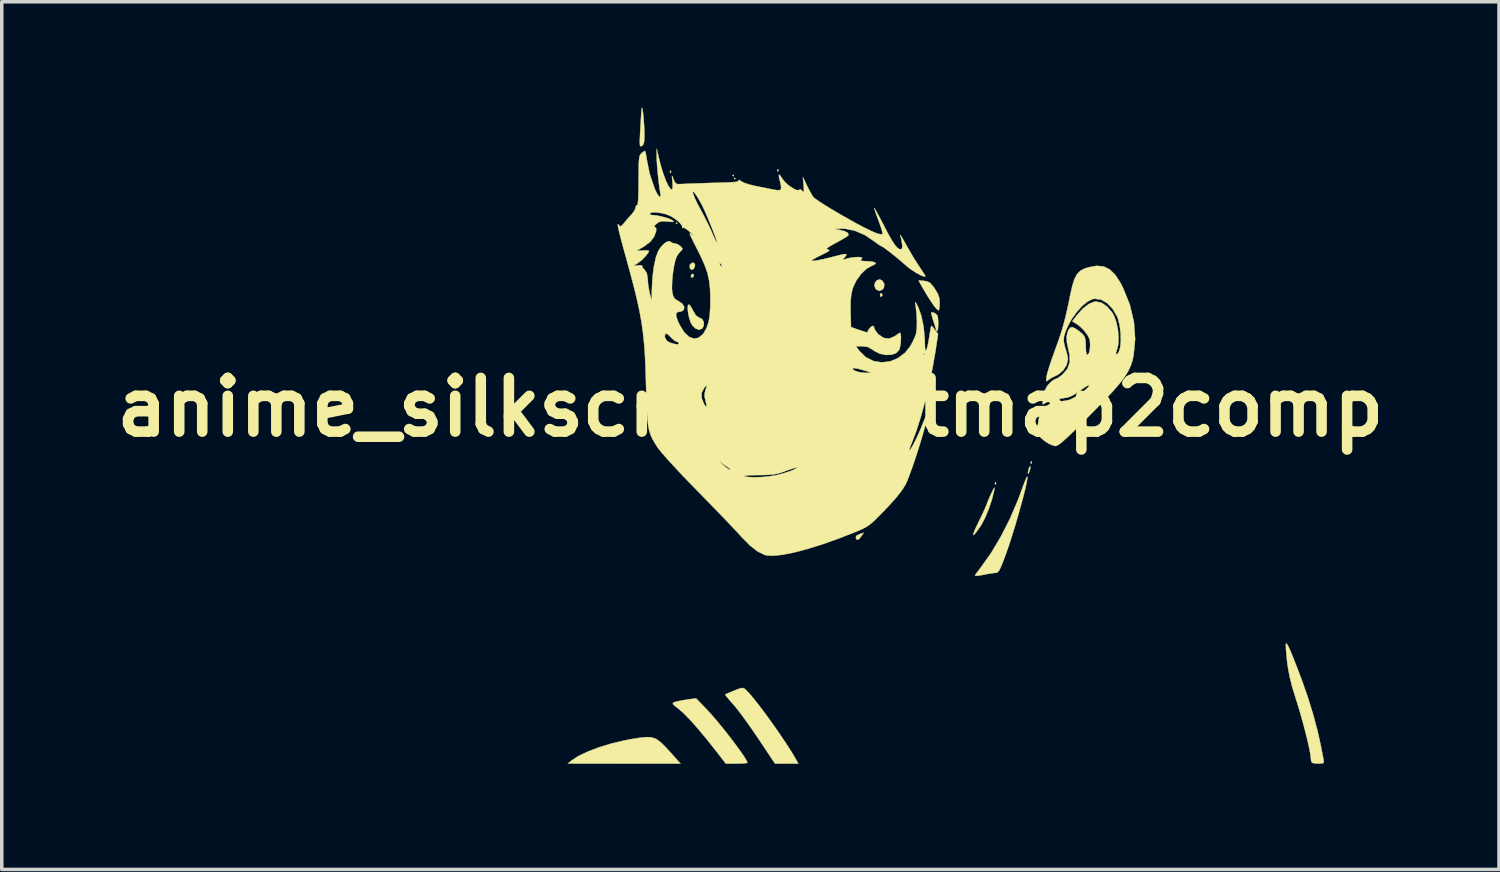
<source format=kicad_pcb>
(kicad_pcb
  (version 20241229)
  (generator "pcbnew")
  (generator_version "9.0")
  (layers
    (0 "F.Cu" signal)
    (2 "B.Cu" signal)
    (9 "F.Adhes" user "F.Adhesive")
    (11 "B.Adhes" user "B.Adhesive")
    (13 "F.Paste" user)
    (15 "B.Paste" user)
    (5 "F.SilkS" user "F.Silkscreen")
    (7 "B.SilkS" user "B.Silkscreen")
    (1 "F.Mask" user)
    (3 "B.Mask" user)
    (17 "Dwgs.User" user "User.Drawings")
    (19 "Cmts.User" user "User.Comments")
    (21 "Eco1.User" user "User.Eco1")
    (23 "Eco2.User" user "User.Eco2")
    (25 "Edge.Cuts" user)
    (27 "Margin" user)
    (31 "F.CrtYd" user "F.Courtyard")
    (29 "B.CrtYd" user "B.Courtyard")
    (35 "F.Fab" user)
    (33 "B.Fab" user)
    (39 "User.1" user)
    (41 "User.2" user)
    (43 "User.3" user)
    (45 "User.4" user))
  (footprint "anime_silkscreen_bitmap2comp"
    (layer "F.Cu")
    (at 18.259 8.517)
    (property "Reference" "anime_silkscreen_bitmap2comp" (at 0 0 0) (layer "F.SilkS") (effects (font (size 1.524 1.524) (thickness 0.3))))
    (attr through_hole)
    (fp_poly (pts (xy -2.074 -5.228) (xy -2.095 -5.207) (xy -2.117 -5.228) (xy -2.095 -5.249) (xy -2.074 -5.228)) (stroke (width 0.01) (type solid)) (fill yes) (layer "F.SilkS"))
    (fp_poly (pts (xy -0.466 -6.583) (xy -0.487 -6.562) (xy -0.508 -6.583) (xy -0.487 -6.604) (xy -0.466 -6.583)) (stroke (width 0.01) (type solid)) (fill yes) (layer "F.SilkS"))
    (fp_poly (pts (xy -0.423 -6.498) (xy -0.445 -6.477) (xy -0.466 -6.498) (xy -0.445 -6.519) (xy -0.423 -6.498)) (stroke (width 0.01) (type solid)) (fill yes) (layer "F.SilkS"))
    (fp_poly (pts (xy 5.08 0.106) (xy 5.059 0.127) (xy 5.038 0.106) (xy 5.059 0.085) (xy 5.08 0.106)) (stroke (width 0.01) (type solid)) (fill yes) (layer "F.SilkS"))
    (fp_poly (pts (xy -2.258 -6.717) (xy -2.253 -6.667) (xy -2.258 -6.66) (xy -2.283 -6.666) (xy -2.286 -6.689) (xy -2.271 -6.724) (xy -2.258 -6.717)) (stroke (width 0.01) (type solid)) (fill yes) (layer "F.SilkS"))
    (fp_poly (pts (xy 0.79 -6.759) (xy 0.795 -6.709) (xy 0.79 -6.703) (xy 0.765 -6.709) (xy 0.762 -6.731) (xy 0.777 -6.766) (xy 0.79 -6.759)) (stroke (width 0.01) (type solid)) (fill yes) (layer "F.SilkS"))
    (fp_poly (pts (xy 6.971 2.131) (xy 6.976 2.181) (xy 6.971 2.187) (xy 6.946 2.181) (xy 6.943 2.159) (xy 6.958 2.124) (xy 6.971 2.131)) (stroke (width 0.01) (type solid)) (fill yes) (layer "F.SilkS"))
    (fp_poly (pts (xy 7.987 1.538) (xy 7.992 1.588) (xy 7.987 1.595) (xy 7.962 1.589) (xy 7.959 1.566) (xy 7.974 1.531) (xy 7.987 1.538)) (stroke (width 0.01) (type solid)) (fill yes) (layer "F.SilkS"))
    (fp_poly (pts (xy 3.148 3.664) (xy 3.076 3.751) (xy 3.023 3.757) (xy 2.992 3.707) (xy 3.009 3.648) (xy 3.092 3.604) (xy 3.216 3.561) (xy 3.148 3.664)) (stroke (width 0.01) (type solid)) (fill yes) (layer "F.SilkS"))
    (fp_poly (pts (xy 3.726 -3.238) (xy 3.75 -3.187) (xy 3.745 -3.172) (xy 3.704 -3.135) (xy 3.684 -3.177) (xy 3.683 -3.199) (xy 3.704 -3.242) (xy 3.726 -3.238)) (stroke (width 0.01) (type solid)) (fill yes) (layer "F.SilkS"))
    (fp_poly (pts (xy -1.615 -3.779) (xy -1.609 -3.749) (xy -1.631 -3.691) (xy -1.651 -3.683) (xy -1.692 -3.713) (xy -1.693 -3.723) (xy -1.663 -3.78) (xy -1.651 -3.789) (xy -1.615 -3.779)) (stroke (width 0.01) (type solid)) (fill yes) (layer "F.SilkS"))
    (fp_poly (pts (xy 7.953 1.693) (xy 7.936 1.784) (xy 7.916 1.841) (xy 7.888 1.888) (xy 7.88 1.863) (xy 7.896 1.772) (xy 7.916 1.714) (xy 7.944 1.668) (xy 7.953 1.693)) (stroke (width 0.01) (type solid)) (fill yes) (layer "F.SilkS"))
    (fp_poly (pts (xy -1.576 -4.073) (xy -1.574 -4.014) (xy -1.608 -3.932) (xy -1.663 -3.903) (xy -1.712 -3.939) (xy -1.718 -3.953) (xy -1.721 -4.046) (xy -1.662 -4.101) (xy -1.624 -4.106) (xy -1.576 -4.073)) (stroke (width 0.01) (type solid)) (fill yes) (layer "F.SilkS"))
    (fp_poly (pts (xy 3.743 -3.601) (xy 3.803 -3.506) (xy 3.792 -3.399) (xy 3.759 -3.353) (xy 3.668 -3.305) (xy 3.579 -3.341) (xy 3.558 -3.363) (xy 3.521 -3.455) (xy 3.54 -3.544) (xy 3.597 -3.61) (xy 3.676 -3.631) (xy 3.743 -3.601)) (stroke (width 0.01) (type solid)) (fill yes) (layer "F.SilkS"))
    (fp_poly (pts (xy 5.186 -2.695) (xy 5.246 -2.669) (xy 5.299 -2.625) (xy 5.325 -2.552) (xy 5.334 -2.423) (xy 5.334 -2.39) (xy 5.329 -2.244) (xy 5.314 -2.168) (xy 5.291 -2.167) (xy 5.273 -2.212) (xy 5.251 -2.281) (xy 5.214 -2.398) (xy 5.19 -2.473) (xy 5.155 -2.594) (xy 5.138 -2.677) (xy 5.14 -2.699) (xy 5.186 -2.695)) (stroke (width 0.01) (type solid)) (fill yes) (layer "F.SilkS"))
    (fp_poly (pts (xy -2.797 9.374) (xy -2.671 9.42) (xy -2.548 9.509) (xy -2.407 9.648) (xy -2.245 9.826) (xy -1.984 10.118) (xy -3.585 10.117) (xy -5.186 10.116) (xy -5.08 10.031) (xy -4.885 9.903) (xy -4.621 9.777) (xy -4.307 9.657) (xy -3.958 9.55) (xy -3.592 9.462) (xy -3.39 9.423) (xy -3.136 9.383) (xy -2.945 9.364) (xy -2.797 9.374)) (stroke (width 0.01) (type solid)) (fill yes) (layer "F.SilkS"))
    (fp_poly (pts (xy 4.934 -3.591) (xy 5.034 -3.572) (xy 5.112 -3.525) (xy 5.193 -3.431) (xy 5.235 -3.371) (xy 5.324 -3.223) (xy 5.367 -3.092) (xy 5.376 -2.959) (xy 5.37 -2.839) (xy 5.353 -2.765) (xy 5.341 -2.752) (xy 5.299 -2.783) (xy 5.229 -2.865) (xy 5.179 -2.932) (xy 5.087 -3.07) (xy 4.982 -3.24) (xy 4.913 -3.358) (xy 4.774 -3.604) (xy 4.934 -3.591)) (stroke (width 0.01) (type solid)) (fill yes) (layer "F.SilkS"))
    (fp_poly (pts (xy -1.708 -2.886) (xy -1.654 -2.797) (xy -1.626 -2.741) (xy -1.543 -2.604) (xy -1.454 -2.548) (xy -1.452 -2.548) (xy -1.366 -2.503) (xy -1.323 -2.418) (xy -1.324 -2.321) (xy -1.366 -2.239) (xy -1.451 -2.202) (xy -1.46 -2.201) (xy -1.567 -2.242) (xy -1.656 -2.335) (xy -1.704 -2.431) (xy -1.743 -2.559) (xy -1.77 -2.695) (xy -1.781 -2.816) (xy -1.772 -2.899) (xy -1.748 -2.921) (xy -1.708 -2.886)) (stroke (width 0.01) (type solid)) (fill yes) (layer "F.SilkS"))
    (fp_poly (pts (xy -3.065 -8.467) (xy -3.05 -8.369) (xy -3.036 -8.234) (xy -3.023 -8.077) (xy -3.013 -7.914) (xy -3.01 -7.789) (xy -3.011 -7.618) (xy -3.023 -7.511) (xy -3.05 -7.451) (xy -3.08 -7.425) (xy -3.111 -7.41) (xy -3.13 -7.422) (xy -3.14 -7.472) (xy -3.141 -7.574) (xy -3.134 -7.738) (xy -3.126 -7.891) (xy -3.114 -8.098) (xy -3.103 -8.28) (xy -3.094 -8.417) (xy -3.088 -8.488) (xy -3.079 -8.512) (xy -3.065 -8.467)) (stroke (width 0.01) (type solid)) (fill yes) (layer "F.SilkS"))
    (fp_poly (pts (xy 6.931 2.305) (xy 6.92 2.371) (xy 6.861 2.61) (xy 6.776 2.868) (xy 6.675 3.114) (xy 6.571 3.317) (xy 6.535 3.374) (xy 6.423 3.532) (xy 6.353 3.616) (xy 6.325 3.627) (xy 6.339 3.566) (xy 6.396 3.432) (xy 6.471 3.276) (xy 6.558 3.095) (xy 6.634 2.933) (xy 6.688 2.81) (xy 6.709 2.756) (xy 6.745 2.661) (xy 6.803 2.526) (xy 6.844 2.439) (xy 6.901 2.324) (xy 6.928 2.281) (xy 6.931 2.305)) (stroke (width 0.01) (type solid)) (fill yes) (layer "F.SilkS"))
    (fp_poly (pts (xy -0.187 7.977) (xy -0.137 8.013) (xy -0.13 8.02) (xy -0.029 8.125) (xy 0.108 8.289) (xy 0.271 8.497) (xy 0.451 8.737) (xy 0.638 8.996) (xy 0.822 9.259) (xy 0.994 9.514) (xy 1.145 9.747) (xy 1.247 9.917) (xy 1.363 10.118) (xy 0.699 10.117) (xy 0.226 9.408) (xy 0.064 9.17) (xy -0.101 8.936) (xy -0.257 8.723) (xy -0.391 8.549) (xy -0.488 8.433) (xy -0.596 8.311) (xy -0.675 8.216) (xy -0.713 8.161) (xy -0.714 8.154) (xy -0.67 8.133) (xy -0.57 8.09) (xy -0.456 8.043) (xy -0.321 7.99) (xy -0.24 7.968) (xy -0.187 7.977)) (stroke (width 0.01) (type solid)) (fill yes) (layer "F.SilkS"))
    (fp_poly (pts (xy -1.265 8.551) (xy -1.13 8.697) (xy -0.975 8.876) (xy -0.809 9.077) (xy -0.641 9.287) (xy -0.481 9.496) (xy -0.336 9.69) (xy -0.216 9.86) (xy -0.131 9.992) (xy -0.088 10.076) (xy -0.085 10.091) (xy -0.123 10.104) (xy -0.226 10.113) (xy -0.371 10.117) (xy -0.392 10.117) (xy -0.699 10.117) (xy -0.947 9.795) (xy -1.228 9.44) (xy -1.483 9.133) (xy -1.707 8.88) (xy -1.896 8.687) (xy -2.032 8.569) (xy -2.145 8.48) (xy -2.198 8.427) (xy -2.2 8.396) (xy -2.159 8.374) (xy -2.151 8.371) (xy -2.059 8.346) (xy -1.918 8.318) (xy -1.801 8.3) (xy -1.545 8.263) (xy -1.265 8.551)) (stroke (width 0.01) (type solid)) (fill yes) (layer "F.SilkS"))
    (fp_poly (pts (xy 7.865 2.017) (xy 7.844 2.138) (xy 7.805 2.316) (xy 7.749 2.538) (xy 7.681 2.792) (xy 7.604 3.066) (xy 7.522 3.348) (xy 7.436 3.627) (xy 7.352 3.889) (xy 7.272 4.122) (xy 7.251 4.18) (xy 7.17 4.396) (xy 7.109 4.544) (xy 7.062 4.635) (xy 7.021 4.683) (xy 6.98 4.699) (xy 6.97 4.7) (xy 6.881 4.709) (xy 6.743 4.731) (xy 6.617 4.756) (xy 6.462 4.783) (xy 6.387 4.782) (xy 6.381 4.765) (xy 6.421 4.708) (xy 6.494 4.611) (xy 6.541 4.551) (xy 6.835 4.136) (xy 7.118 3.66) (xy 7.379 3.145) (xy 7.606 2.612) (xy 7.684 2.401) (xy 7.748 2.223) (xy 7.804 2.081) (xy 7.844 1.99) (xy 7.863 1.964) (xy 7.865 2.017)) (stroke (width 0.01) (type solid)) (fill yes) (layer "F.SilkS"))
    (fp_poly (pts (xy 15.233 6.716) (xy 15.274 6.785) (xy 15.334 6.914) (xy 15.415 7.11) (xy 15.52 7.377) (xy 15.649 7.719) (xy 15.66 7.747) (xy 15.827 8.224) (xy 15.98 8.717) (xy 16.108 9.197) (xy 16.205 9.635) (xy 16.212 9.673) (xy 16.241 9.827) (xy 16.267 9.959) (xy 16.28 10.022) (xy 16.284 10.084) (xy 16.246 10.111) (xy 16.147 10.118) (xy 16.137 10.118) (xy 16.025 10.111) (xy 15.953 10.094) (xy 15.946 10.089) (xy 15.922 10.028) (xy 15.917 9.978) (xy 15.905 9.867) (xy 15.872 9.691) (xy 15.822 9.466) (xy 15.758 9.208) (xy 15.685 8.933) (xy 15.607 8.656) (xy 15.527 8.395) (xy 15.496 8.297) (xy 15.388 7.948) (xy 15.312 7.645) (xy 15.26 7.36) (xy 15.24 7.206) (xy 15.221 7.014) (xy 15.208 6.855) (xy 15.205 6.746) (xy 15.21 6.705) (xy 15.233 6.716)) (stroke (width 0.01) (type solid)) (fill yes) (layer "F.SilkS"))
    (fp_poly (pts (xy 10.032 -4) (xy 10.206 -3.916) (xy 10.364 -3.76) (xy 10.514 -3.527) (xy 10.578 -3.403) (xy 10.774 -2.918) (xy 10.891 -2.428) (xy 10.926 -1.939) (xy 10.883 -1.481) (xy 10.847 -1.32) (xy 10.796 -1.169) (xy 10.724 -1.018) (xy 10.624 -0.858) (xy 10.489 -0.68) (xy 10.314 -0.476) (xy 10.09 -0.236) (xy 9.812 0.05) (xy 9.718 0.145) (xy 9.445 0.42) (xy 9.223 0.639) (xy 9.048 0.807) (xy 8.913 0.932) (xy 8.811 1.018) (xy 8.737 1.07) (xy 8.684 1.095) (xy 8.657 1.099) (xy 8.592 1.082) (xy 8.492 1.042) (xy 8.488 1.041) (xy 8.372 0.97) (xy 8.257 0.873) (xy 8.244 0.859) (xy 8.127 0.735) (xy 8.178 0.403) (xy 8.206 0.237) (xy 8.234 0.13) (xy 8.274 0.061) (xy 8.34 0.004) (xy 8.42 -0.049) (xy 8.595 -0.135) (xy 8.753 -0.169) (xy 8.761 -0.169) (xy 8.913 -0.182) (xy 9.054 -0.21) (xy 9.144 -0.249) (xy 9.259 -0.316) (xy 9.382 -0.398) (xy 9.495 -0.483) (xy 9.58 -0.557) (xy 9.622 -0.61) (xy 9.617 -0.626) (xy 9.563 -0.609) (xy 9.466 -0.55) (xy 9.356 -0.47) (xy 9.217 -0.375) (xy 9.08 -0.304) (xy 8.994 -0.277) (xy 8.845 -0.253) (xy 8.691 -0.229) (xy 8.69 -0.229) (xy 8.547 -0.195) (xy 8.418 -0.145) (xy 8.413 -0.143) (xy 8.294 -0.081) (xy 8.322 -0.305) (xy 8.36 -0.481) (xy 8.435 -0.615) (xy 8.48 -0.667) (xy 8.571 -0.751) (xy 8.645 -0.799) (xy 8.664 -0.804) (xy 8.726 -0.83) (xy 8.82 -0.897) (xy 8.867 -0.935) (xy 9.004 -1.096) (xy 9.068 -1.28) (xy 9.062 -1.498) (xy 9.038 -1.609) (xy 8.989 -1.831) (xy 8.979 -2) (xy 9.007 -2.138) (xy 9.024 -2.178) (xy 9.074 -2.259) (xy 9.137 -2.279) (xy 9.229 -2.238) (xy 9.313 -2.18) (xy 9.424 -2.092) (xy 9.487 -2.012) (xy 9.516 -1.912) (xy 9.524 -1.764) (xy 9.524 -1.722) (xy 9.531 -1.575) (xy 9.549 -1.502) (xy 9.578 -1.492) (xy 9.615 -1.543) (xy 9.64 -1.649) (xy 9.649 -1.779) (xy 9.639 -1.905) (xy 9.634 -1.929) (xy 9.576 -2.05) (xy 9.471 -2.187) (xy 9.343 -2.311) (xy 9.26 -2.371) (xy 9.14 -2.444) (xy 9.282 -2.629) (xy 9.443 -2.808) (xy 9.61 -2.935) (xy 9.767 -3) (xy 9.821 -3.006) (xy 9.978 -2.967) (xy 10.133 -2.859) (xy 10.271 -2.697) (xy 10.325 -2.603) (xy 10.393 -2.418) (xy 10.438 -2.198) (xy 10.456 -1.972) (xy 10.444 -1.77) (xy 10.413 -1.649) (xy 10.382 -1.547) (xy 10.387 -1.498) (xy 10.422 -1.514) (xy 10.462 -1.573) (xy 10.502 -1.704) (xy 10.519 -1.889) (xy 10.514 -2.102) (xy 10.488 -2.316) (xy 10.442 -2.505) (xy 10.417 -2.572) (xy 10.29 -2.792) (xy 10.134 -2.956) (xy 9.961 -3.056) (xy 9.781 -3.083) (xy 9.712 -3.072) (xy 9.577 -3.006) (xy 9.425 -2.88) (xy 9.27 -2.711) (xy 9.13 -2.516) (xy 9.036 -2.348) (xy 8.949 -2.153) (xy 8.904 -2.003) (xy 8.898 -1.872) (xy 8.927 -1.731) (xy 8.954 -1.651) (xy 8.993 -1.513) (xy 9.015 -1.388) (xy 9.017 -1.36) (xy 8.979 -1.2) (xy 8.88 -1.047) (xy 8.741 -0.93) (xy 8.688 -0.903) (xy 8.566 -0.845) (xy 8.47 -0.784) (xy 8.458 -0.774) (xy 8.413 -0.74) (xy 8.398 -0.759) (xy 8.405 -0.844) (xy 8.409 -0.874) (xy 8.433 -0.974) (xy 8.481 -1.133) (xy 8.546 -1.331) (xy 8.622 -1.546) (xy 8.637 -1.587) (xy 8.738 -1.867) (xy 8.82 -2.108) (xy 8.888 -2.335) (xy 8.949 -2.572) (xy 9.011 -2.843) (xy 9.079 -3.172) (xy 9.082 -3.186) (xy 9.141 -3.451) (xy 9.203 -3.646) (xy 9.277 -3.784) (xy 9.37 -3.878) (xy 9.492 -3.943) (xy 9.597 -3.976) (xy 9.832 -4.019) (xy 10.032 -4)) (stroke (width 0.01) (type solid)) (fill yes) (layer "F.SilkS"))
    (fp_poly (pts (xy -2.607 -7.112) (xy -2.544 -6.862) (xy -2.473 -6.632) (xy -2.399 -6.436) (xy -2.328 -6.288) (xy -2.264 -6.199) (xy -2.229 -6.181) (xy -2.21 -6.219) (xy -2.207 -6.318) (xy -2.213 -6.403) (xy -2.226 -6.529) (xy -2.226 -6.577) (xy -2.212 -6.555) (xy -2.183 -6.477) (xy -2.137 -6.378) (xy -2.079 -6.34) (xy -2.006 -6.339) (xy -1.924 -6.343) (xy -1.774 -6.35) (xy -1.573 -6.357) (xy -1.339 -6.365) (xy -1.164 -6.371) (xy -0.881 -6.379) (xy -0.671 -6.386) (xy -0.524 -6.393) (xy -0.428 -6.4) (xy -0.373 -6.408) (xy -0.347 -6.419) (xy -0.339 -6.433) (xy -0.339 -6.448) (xy -0.313 -6.456) (xy -0.261 -6.419) (xy -0.183 -6.378) (xy -0.048 -6.332) (xy 0.118 -6.291) (xy 0.152 -6.284) (xy 0.337 -6.247) (xy 0.514 -6.212) (xy 0.646 -6.184) (xy 0.656 -6.181) (xy 0.771 -6.165) (xy 0.849 -6.172) (xy 0.861 -6.178) (xy 0.873 -6.237) (xy 0.859 -6.342) (xy 0.85 -6.377) (xy 0.814 -6.526) (xy 0.809 -6.601) (xy 0.834 -6.599) (xy 0.89 -6.52) (xy 0.9 -6.501) (xy 0.973 -6.407) (xy 1.074 -6.313) (xy 1.186 -6.233) (xy 1.288 -6.178) (xy 1.363 -6.162) (xy 1.39 -6.181) (xy 1.423 -6.191) (xy 1.468 -6.151) (xy 1.502 -6.116) (xy 1.518 -6.13) (xy 1.518 -6.207) (xy 1.51 -6.308) (xy 1.49 -6.54) (xy 1.602 -6.306) (xy 1.675 -6.162) (xy 1.745 -6.036) (xy 1.784 -5.975) (xy 1.84 -5.926) (xy 1.959 -5.843) (xy 2.127 -5.735) (xy 2.333 -5.609) (xy 2.564 -5.473) (xy 2.629 -5.436) (xy 2.97 -5.245) (xy 3.245 -5.098) (xy 3.458 -4.995) (xy 3.611 -4.933) (xy 3.708 -4.911) (xy 3.751 -4.922) (xy 3.748 -4.97) (xy 3.719 -5.077) (xy 3.669 -5.223) (xy 3.645 -5.287) (xy 3.586 -5.445) (xy 3.541 -5.573) (xy 3.517 -5.649) (xy 3.515 -5.661) (xy 3.534 -5.638) (xy 3.584 -5.552) (xy 3.658 -5.415) (xy 3.75 -5.24) (xy 3.782 -5.177) (xy 3.917 -4.921) (xy 4.023 -4.733) (xy 4.108 -4.605) (xy 4.176 -4.527) (xy 4.235 -4.492) (xy 4.267 -4.487) (xy 4.306 -4.508) (xy 4.314 -4.581) (xy 4.307 -4.646) (xy 4.284 -4.776) (xy 4.258 -4.881) (xy 4.255 -4.889) (xy 4.261 -4.893) (xy 4.299 -4.833) (xy 4.364 -4.721) (xy 4.414 -4.632) (xy 4.523 -4.44) (xy 4.642 -4.239) (xy 4.749 -4.069) (xy 4.769 -4.039) (xy 4.856 -3.907) (xy 4.926 -3.8) (xy 4.965 -3.74) (xy 4.966 -3.739) (xy 4.964 -3.711) (xy 4.909 -3.721) (xy 4.816 -3.761) (xy 4.701 -3.824) (xy 4.581 -3.901) (xy 4.471 -3.983) (xy 4.451 -4) (xy 4.288 -4.142) (xy 4.123 -4.279) (xy 3.97 -4.402) (xy 3.844 -4.498) (xy 3.757 -4.558) (xy 3.727 -4.572) (xy 3.678 -4.597) (xy 3.589 -4.659) (xy 3.53 -4.705) (xy 3.252 -4.891) (xy 2.965 -5.016) (xy 2.687 -5.072) (xy 2.603 -5.075) (xy 2.467 -5.071) (xy 2.41 -5.067) (xy 2.426 -5.058) (xy 2.51 -5.043) (xy 2.53 -5.04) (xy 2.677 -5.003) (xy 2.767 -4.953) (xy 2.788 -4.898) (xy 2.771 -4.872) (xy 2.717 -4.835) (xy 2.608 -4.77) (xy 2.466 -4.69) (xy 2.417 -4.664) (xy 2.268 -4.581) (xy 2.188 -4.528) (xy 2.166 -4.497) (xy 2.197 -4.481) (xy 2.206 -4.48) (xy 2.245 -4.466) (xy 2.229 -4.439) (xy 2.15 -4.392) (xy 2.021 -4.328) (xy 1.884 -4.259) (xy 1.783 -4.203) (xy 1.737 -4.17) (xy 1.736 -4.168) (xy 1.774 -4.158) (xy 1.884 -4.171) (xy 2.054 -4.204) (xy 2.273 -4.257) (xy 2.361 -4.279) (xy 2.549 -4.327) (xy 2.667 -4.352) (xy 2.723 -4.351) (xy 2.728 -4.327) (xy 2.691 -4.277) (xy 2.684 -4.268) (xy 2.631 -4.205) (xy 2.634 -4.19) (xy 2.688 -4.208) (xy 2.802 -4.239) (xy 2.933 -4.26) (xy 3.057 -4.268) (xy 3.145 -4.262) (xy 3.175 -4.243) (xy 3.142 -4.188) (xy 3.122 -4.177) (xy 3.129 -4.164) (xy 3.203 -4.155) (xy 3.281 -4.151) (xy 3.446 -4.14) (xy 3.541 -4.116) (xy 3.562 -4.082) (xy 3.504 -4.042) (xy 3.456 -4.024) (xy 3.3 -3.936) (xy 3.145 -3.789) (xy 3.01 -3.603) (xy 2.913 -3.401) (xy 2.904 -3.374) (xy 2.866 -3.209) (xy 2.846 -3.013) (xy 2.844 -2.76) (xy 2.845 -2.714) (xy 2.857 -2.279) (xy 3.087 -2.198) (xy 3.211 -2.157) (xy 3.296 -2.131) (xy 3.32 -2.128) (xy 3.364 -2.22) (xy 3.423 -2.287) (xy 3.478 -2.314) (xy 3.511 -2.289) (xy 3.514 -2.265) (xy 3.542 -2.192) (xy 3.612 -2.098) (xy 3.637 -2.071) (xy 3.786 -1.971) (xy 3.942 -1.952) (xy 4.097 -2.017) (xy 4.118 -2.032) (xy 4.199 -2.091) (xy 4.249 -2.117) (xy 4.251 -2.117) (xy 4.27 -2.08) (xy 4.276 -1.986) (xy 4.271 -1.865) (xy 4.256 -1.742) (xy 4.232 -1.645) (xy 4.227 -1.633) (xy 4.143 -1.541) (xy 4.007 -1.493) (xy 3.842 -1.487) (xy 3.67 -1.524) (xy 3.512 -1.605) (xy 3.477 -1.632) (xy 3.335 -1.714) (xy 3.174 -1.736) (xy 2.995 -1.736) (xy 3.099 -1.598) (xy 3.279 -1.423) (xy 3.492 -1.316) (xy 3.724 -1.277) (xy 3.961 -1.304) (xy 4.189 -1.396) (xy 4.329 -1.503) (xy 4.911 -1.503) (xy 4.932 -1.482) (xy 4.953 -1.503) (xy 4.932 -1.524) (xy 4.911 -1.503) (xy 4.329 -1.503) (xy 4.393 -1.551) (xy 4.533 -1.727) (xy 4.616 -1.876) (xy 4.683 -2.03) (xy 4.705 -2.095) (xy 4.725 -2.234) (xy 4.729 -2.428) (xy 4.719 -2.646) (xy 4.696 -2.86) (xy 4.678 -2.963) (xy 4.682 -2.987) (xy 4.714 -2.944) (xy 4.76 -2.857) (xy 4.853 -2.606) (xy 4.918 -2.295) (xy 4.951 -1.949) (xy 4.954 -1.82) (xy 4.96 -1.674) (xy 4.975 -1.609) (xy 4.998 -1.624) (xy 5.027 -1.718) (xy 5.061 -1.887) (xy 5.077 -1.988) (xy 5.102 -2.141) (xy 5.123 -2.256) (xy 5.136 -2.313) (xy 5.138 -2.315) (xy 5.168 -2.293) (xy 5.226 -2.223) (xy 5.24 -2.205) (xy 5.33 -2.083) (xy 5.25 -1.559) (xy 5.169 -1.095) (xy 5.071 -0.62) (xy 4.958 -0.155) (xy 4.837 0.282) (xy 4.713 0.67) (xy 4.612 0.938) (xy 4.556 1.077) (xy 4.52 1.179) (xy 4.508 1.227) (xy 4.509 1.228) (xy 4.546 1.191) (xy 4.606 1.093) (xy 4.68 0.95) (xy 4.762 0.779) (xy 4.841 0.597) (xy 4.872 0.518) (xy 4.934 0.365) (xy 4.986 0.25) (xy 5.019 0.19) (xy 5.025 0.185) (xy 5.027 0.239) (xy 5.005 0.358) (xy 4.963 0.531) (xy 4.904 0.744) (xy 4.833 0.983) (xy 4.754 1.235) (xy 4.672 1.488) (xy 4.59 1.727) (xy 4.512 1.939) (xy 4.443 2.111) (xy 4.401 2.201) (xy 4.308 2.349) (xy 4.159 2.541) (xy 3.96 2.766) (xy 3.825 2.909) (xy 3.648 3.091) (xy 3.513 3.223) (xy 3.403 3.319) (xy 3.302 3.39) (xy 3.191 3.45) (xy 3.055 3.51) (xy 2.948 3.554) (xy 2.471 3.739) (xy 2.023 3.897) (xy 1.61 4.025) (xy 1.241 4.122) (xy 0.922 4.185) (xy 0.662 4.214) (xy 0.466 4.206) (xy 0.408 4.192) (xy 0.205 4.093) (xy -0.018 3.919) (xy -0.264 3.668) (xy -0.279 3.65) (xy -0.371 3.549) (xy -0.513 3.398) (xy -0.696 3.206) (xy -0.909 2.984) (xy -1.144 2.742) (xy -1.391 2.489) (xy -1.507 2.371) (xy -1.752 2.12) (xy -1.909 1.955) (xy -0.178 1.955) (xy -0.058 1.979) (xy 0.121 1.987) (xy 0.334 1.979) (xy 0.556 1.956) (xy 0.763 1.92) (xy 0.817 1.907) (xy 0.99 1.858) (xy 1.144 1.806) (xy 1.25 1.761) (xy 1.258 1.756) (xy 1.319 1.716) (xy 1.302 1.709) (xy 1.207 1.736) (xy 1.035 1.796) (xy 0.953 1.827) (xy 0.812 1.873) (xy 0.67 1.902) (xy 0.499 1.918) (xy 0.274 1.924) (xy 0.224 1.924) (xy 0.044 1.927) (xy -0.092 1.934) (xy -0.17 1.944) (xy -0.178 1.955) (xy -1.909 1.955) (xy -1.984 1.876) (xy -2.194 1.65) (xy -2.307 1.526) (xy -0.881 1.526) (xy -0.856 1.555) (xy -0.791 1.619) (xy -0.69 1.708) (xy -0.609 1.765) (xy -0.578 1.778) (xy -0.575 1.759) (xy -0.63 1.712) (xy -0.636 1.708) (xy -0.749 1.628) (xy -0.849 1.549) (xy -0.881 1.526) (xy -2.307 1.526) (xy -2.375 1.451) (xy -2.518 1.288) (xy -2.614 1.17) (xy -2.642 1.13) (xy -2.722 1.003) (xy -2.786 0.89) (xy -2.836 0.78) (xy -2.874 0.66) (xy -2.902 0.521) (xy -2.922 0.348) (xy -2.937 0.132) (xy -2.949 -0.141) (xy -2.957 -0.415) (xy -1.385 -0.415) (xy -1.381 -0.252) (xy -1.33 -0.121) (xy -1.275 -0.03) (xy -1.248 -0.017) (xy -1.249 -0.08) (xy -1.275 -0.188) (xy -1.301 -0.304) (xy -1.299 -0.401) (xy -1.268 -0.519) (xy -1.25 -0.572) (xy -1.237 -0.621) (xy -1.259 -0.61) (xy -1.309 -0.556) (xy -1.385 -0.415) (xy -2.957 -0.415) (xy -2.959 -0.481) (xy -2.964 -0.656) (xy -2.977 -1.08) (xy -2.978 -1.106) (xy 2.898 -1.106) (xy 2.913 -1.073) (xy 2.97 -1.037) (xy 3.075 -1.002) (xy 3.215 -0.982) (xy 3.26 -0.98) (xy 3.45 -0.978) (xy 3.199 -1.058) (xy 3.051 -1.099) (xy 2.947 -1.114) (xy 2.898 -1.106) (xy -2.978 -1.106) (xy -2.993 -1.451) (xy -3.016 -1.783) (xy -3.041 -2.037) (xy -2.431 -2.037) (xy -2.425 -1.977) (xy -2.365 -1.882) (xy -2.272 -1.834) (xy -2.133 -1.794) (xy -2.058 -1.787) (xy -2.032 -1.814) (xy -2.032 -1.82) (xy -2.066 -1.859) (xy -2.092 -1.863) (xy -2.155 -1.893) (xy -2.239 -1.968) (xy -2.261 -1.992) (xy -2.35 -2.078) (xy -2.41 -2.093) (xy -2.431 -2.037) (xy -3.041 -2.037) (xy -3.047 -2.093) (xy -3.088 -2.394) (xy -3.143 -2.7) (xy -3.213 -3.028) (xy -3.301 -3.39) (xy -3.409 -3.802) (xy -3.467 -4.015) (xy -3.323 -4.015) (xy -3.188 -4.032) (xy -3.102 -4.034) (xy -3.072 -4.018) (xy -3.073 -4.015) (xy -3.06 -3.966) (xy -3.007 -3.908) (xy -2.943 -3.815) (xy -2.918 -3.671) (xy -2.917 -3.642) (xy -2.903 -3.479) (xy -2.872 -3.298) (xy -2.858 -3.239) (xy -2.804 -3.027) (xy -2.798 -3.344) (xy -2.78 -3.683) (xy -2.742 -3.992) (xy -2.686 -4.252) (xy -2.619 -4.436) (xy -2.545 -4.551) (xy -2.453 -4.646) (xy -2.362 -4.706) (xy -2.29 -4.718) (xy -2.265 -4.699) (xy -2.205 -4.664) (xy -2.155 -4.657) (xy -2.061 -4.629) (xy -1.987 -4.578) (xy -1.931 -4.517) (xy -1.938 -4.474) (xy -1.97 -4.444) (xy -2.04 -4.364) (xy -2.095 -4.276) (xy -2.137 -4.156) (xy -2.175 -3.978) (xy -2.205 -3.771) (xy -2.223 -3.561) (xy -2.228 -3.377) (xy -2.22 -3.279) (xy -2.191 -3.152) (xy -2.139 -3.076) (xy -2.05 -3.022) (xy -1.933 -2.942) (xy -1.879 -2.854) (xy -1.888 -2.775) (xy -1.96 -2.722) (xy -2.043 -2.71) (xy -2.102 -2.683) (xy -2.109 -2.6) (xy -2.063 -2.458) (xy -2.007 -2.337) (xy -1.882 -2.136) (xy -1.747 -2.006) (xy -1.608 -1.951) (xy -1.475 -1.973) (xy -1.352 -2.074) (xy -1.324 -2.112) (xy -1.244 -2.257) (xy -1.188 -2.419) (xy -1.154 -2.619) (xy -1.139 -2.874) (xy -1.137 -3.066) (xy -1.144 -3.351) (xy -1.17 -3.592) (xy -1.219 -3.814) (xy -1.3 -4.043) (xy -1.327 -4.102) (xy -0.877 -4.102) (xy -0.868 -4.06) (xy -0.865 -4.052) (xy -0.832 -4) (xy -0.813 -3.999) (xy -0.817 -4.044) (xy -0.841 -4.075) (xy -0.877 -4.102) (xy -1.327 -4.102) (xy -1.419 -4.305) (xy -1.489 -4.446) (xy -1.596 -4.659) (xy -1.669 -4.805) (xy -1.711 -4.894) (xy -1.724 -4.937) (xy -1.713 -4.942) (xy -1.68 -4.919) (xy -1.644 -4.889) (xy -1.614 -4.869) (xy -1.639 -4.901) (xy -1.702 -4.966) (xy -1.804 -5.053) (xy -1.883 -5.097) (xy -1.912 -5.097) (xy -1.941 -5.092) (xy -1.934 -5.109) (xy -1.945 -5.165) (xy -2.012 -5.246) (xy -2.117 -5.336) (xy -2.243 -5.419) (xy -2.278 -5.437) (xy -2.407 -5.487) (xy -2.555 -5.521) (xy -2.696 -5.538) (xy -2.805 -5.533) (xy -2.854 -5.509) (xy -2.847 -5.47) (xy -2.799 -5.461) (xy -2.667 -5.448) (xy -2.509 -5.416) (xy -2.356 -5.373) (xy -2.242 -5.328) (xy -2.217 -5.312) (xy -2.18 -5.279) (xy -2.196 -5.265) (xy -2.277 -5.269) (xy -2.35 -5.277) (xy -2.492 -5.285) (xy -2.588 -5.265) (xy -2.667 -5.213) (xy -2.724 -5.154) (xy -2.726 -5.125) (xy -2.72 -5.124) (xy -2.674 -5.089) (xy -2.678 -4.995) (xy -2.733 -4.848) (xy -2.737 -4.84) (xy -2.843 -4.7) (xy -3.018 -4.569) (xy -3.022 -4.567) (xy -3.239 -4.44) (xy -3.059 -4.454) (xy -2.949 -4.457) (xy -2.885 -4.448) (xy -2.879 -4.441) (xy -2.908 -4.377) (xy -2.983 -4.285) (xy -3.081 -4.186) (xy -3.181 -4.106) (xy -3.192 -4.098) (xy -3.323 -4.015) (xy -3.467 -4.015) (xy -3.539 -4.279) (xy -3.556 -4.339) (xy -3.642 -4.652) (xy -3.704 -4.888) (xy -3.744 -5.055) (xy -3.764 -5.157) (xy -3.763 -5.2) (xy -3.743 -5.189) (xy -3.727 -5.166) (xy -3.692 -5.137) (xy -3.645 -5.166) (xy -3.591 -5.23) (xy -3.492 -5.35) (xy -3.383 -5.469) (xy -3.377 -5.475) (xy -3.301 -5.573) (xy -3.261 -5.663) (xy -3.26 -5.678) (xy -3.243 -5.735) (xy -3.217 -5.736) (xy -3.2 -5.766) (xy -3.187 -5.878) (xy -3.179 -6.07) (xy -3.175 -6.339) (xy -3.175 -6.426) (xy -3.174 -6.691) (xy -3.171 -6.885) (xy -3.164 -7.02) (xy -3.151 -7.109) (xy -3.133 -7.166) (xy -3.106 -7.203) (xy -3.098 -7.211) (xy -3.03 -7.265) (xy -2.997 -7.281) (xy -2.979 -7.243) (xy -2.958 -7.145) (xy -2.943 -7.044) (xy -2.863 -6.642) (xy -2.725 -6.231) (xy -2.7 -6.17) (xy -2.638 -6.047) (xy -2.587 -5.981) (xy -2.555 -5.978) (xy -2.55 -6.043) (xy -2.557 -6.085) (xy -2.562 -6.114) (xy -1.638 -6.114) (xy -1.619 -6.044) (xy -1.573 -5.929) (xy -1.501 -5.779) (xy -1.428 -5.642) (xy -1.318 -5.437) (xy -1.21 -5.223) (xy -1.119 -5.032) (xy -1.08 -4.942) (xy -1.02 -4.806) (xy -0.973 -4.709) (xy -0.947 -4.671) (xy -0.945 -4.671) (xy -0.953 -4.714) (xy -0.988 -4.818) (xy -1.042 -4.964) (xy -1.082 -5.063) (xy -1.193 -5.336) (xy -1.282 -5.545) (xy -1.358 -5.708) (xy -1.428 -5.842) (xy -1.499 -5.963) (xy -1.509 -5.979) (xy -1.585 -6.09) (xy -1.628 -6.132) (xy -1.638 -6.114) (xy -2.562 -6.114) (xy -2.582 -6.23) (xy -2.607 -6.427) (xy -2.63 -6.648) (xy -2.649 -6.865) (xy -2.66 -7.049) (xy -2.662 -7.154) (xy -2.658 -7.345) (xy -2.607 -7.112)) (stroke (width 0.01) (type solid)) (fill yes) (layer "F.SilkS")))
  (gr_rect
    (start -3 -3)
    (end 39.518 21.64)
    (stroke (width 0.1) (type default))
    (fill no)
    (layer "Edge.Cuts")))
</source>
